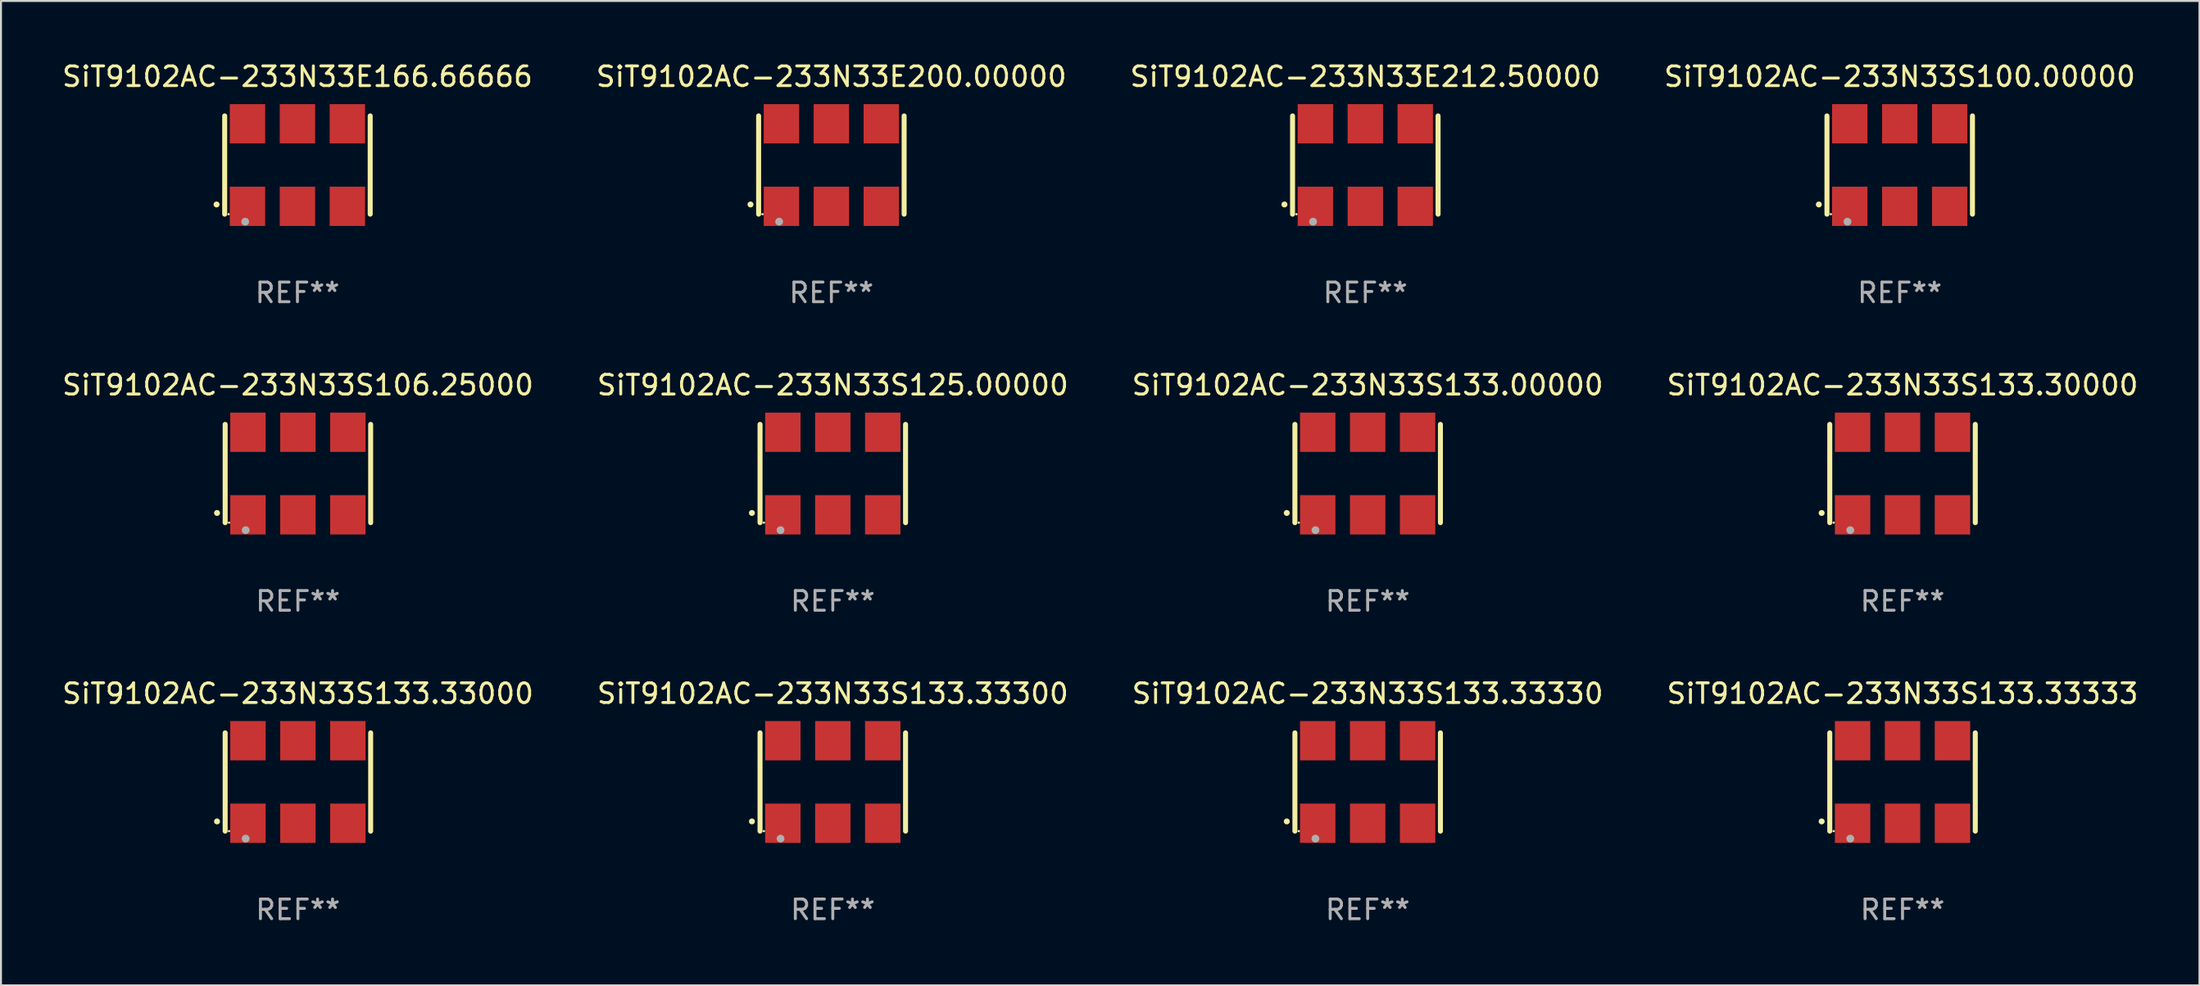
<source format=kicad_pcb>
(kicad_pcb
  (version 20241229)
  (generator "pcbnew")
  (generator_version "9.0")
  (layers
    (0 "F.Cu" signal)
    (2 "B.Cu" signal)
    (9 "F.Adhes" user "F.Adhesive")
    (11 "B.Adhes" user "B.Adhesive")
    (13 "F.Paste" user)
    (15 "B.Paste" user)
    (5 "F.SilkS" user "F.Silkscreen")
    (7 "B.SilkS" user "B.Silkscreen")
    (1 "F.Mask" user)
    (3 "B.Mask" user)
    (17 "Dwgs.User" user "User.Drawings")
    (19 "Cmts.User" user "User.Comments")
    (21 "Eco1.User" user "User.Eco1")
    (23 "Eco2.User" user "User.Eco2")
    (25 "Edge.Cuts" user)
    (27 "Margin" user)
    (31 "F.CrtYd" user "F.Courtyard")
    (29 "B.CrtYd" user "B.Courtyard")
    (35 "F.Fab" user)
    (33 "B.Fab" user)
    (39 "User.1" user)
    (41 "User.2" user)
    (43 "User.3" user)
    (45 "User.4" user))
  (footprint "SiT9102AC-233N33E200.00000"
    (layer "F.Cu")
    (at 39.232 5.348)
    (property "Reference" "SiT9102AC-233N33E200.00000" (at 0 -4.5 0) (layer "F.SilkS") (effects (font (size 1 1) (thickness 0.15))))
    (attr through_hole)
    (fp_line (start -3.7 -2.5) (end -3.7 2.5) (stroke (width 0.254) (type solid)) (layer "F.SilkS"))
    (fp_line (start 3.7 -2.5) (end 3.7 2.5) (stroke (width 0.254) (type solid)) (layer "F.SilkS"))
    (fp_arc (start -4.114415 2.006604) (mid -4.113145 2.006599) (end -4.111875 2.006604) (stroke (width 0.3) (type solid)) (layer "F.SilkS"))
    (fp_circle (center -3.502 2.5) (end -3.472 2.5) (stroke (width 0.06) (type solid)) (fill no) (layer "F.SilkS"))
    (fp_circle (center -2.657 2.882) (end -2.557 2.882) (stroke (width 0.2) (type solid)) (fill no) (layer "F.Fab"))
    (fp_text user "REF**" (at 0 6.5 0) (layer "F.Fab") (effects (font (size 1 1) (thickness 0.15))))
    (pad "1" smd rect (at -2.54 2.1) (size 1.8 2) (layers "F.Cu" "F.Mask" "F.Paste"))
    (pad "2" smd rect (at 0.000394 2.1) (size 1.8 2) (layers "F.Cu" "F.Mask" "F.Paste"))
    (pad "3" smd rect (at 2.54 2.1) (size 1.8 2) (layers "F.Cu" "F.Mask" "F.Paste"))
    (pad "4" smd rect (at 2.54 -2.1) (size 1.8 2) (layers "F.Cu" "F.Mask" "F.Paste"))
    (pad "5" smd rect (at 0.000394 -2.1) (size 1.8 2) (layers "F.Cu" "F.Mask" "F.Paste"))
    (pad "6" smd rect (at -2.54 -2.1) (size 1.8 2) (layers "F.Cu" "F.Mask" "F.Paste")))
  (footprint "SiT9102AC-233N33S133.33330"
    (layer "F.Cu")
    (at 66.506 36.741)
    (property "Reference" "SiT9102AC-233N33S133.33330" (at 0 -4.5 0) (layer "F.SilkS") (effects (font (size 1 1) (thickness 0.15))))
    (attr through_hole)
    (fp_line (start -3.7 -2.5) (end -3.7 2.5) (stroke (width 0.254) (type solid)) (layer "F.SilkS"))
    (fp_line (start 3.7 -2.5) (end 3.7 2.5) (stroke (width 0.254) (type solid)) (layer "F.SilkS"))
    (fp_arc (start -4.114415 2.006604) (mid -4.113145 2.006599) (end -4.111875 2.006604) (stroke (width 0.3) (type solid)) (layer "F.SilkS"))
    (fp_circle (center -3.502 2.5) (end -3.472 2.5) (stroke (width 0.06) (type solid)) (fill no) (layer "F.SilkS"))
    (fp_circle (center -2.657 2.882) (end -2.557 2.882) (stroke (width 0.2) (type solid)) (fill no) (layer "F.Fab"))
    (fp_text user "REF**" (at 0 6.5 0) (layer "F.Fab") (effects (font (size 1 1) (thickness 0.15))))
    (pad "1" smd rect (at -2.54 2.1) (size 1.8 2) (layers "F.Cu" "F.Mask" "F.Paste"))
    (pad "2" smd rect (at 0.000394 2.1) (size 1.8 2) (layers "F.Cu" "F.Mask" "F.Paste"))
    (pad "3" smd rect (at 2.54 2.1) (size 1.8 2) (layers "F.Cu" "F.Mask" "F.Paste"))
    (pad "4" smd rect (at 2.54 -2.1) (size 1.8 2) (layers "F.Cu" "F.Mask" "F.Paste"))
    (pad "5" smd rect (at 0.000394 -2.1) (size 1.8 2) (layers "F.Cu" "F.Mask" "F.Paste"))
    (pad "6" smd rect (at -2.54 -2.1) (size 1.8 2) (layers "F.Cu" "F.Mask" "F.Paste")))
  (footprint "SiT9102AC-233N33S133.33000"
    (layer "F.Cu")
    (at 12.101 36.741)
    (property "Reference" "SiT9102AC-233N33S133.33000" (at 0 -4.5 0) (layer "F.SilkS") (effects (font (size 1 1) (thickness 0.15))))
    (attr through_hole)
    (fp_line (start -3.7 -2.5) (end -3.7 2.5) (stroke (width 0.254) (type solid)) (layer "F.SilkS"))
    (fp_line (start 3.7 -2.5) (end 3.7 2.5) (stroke (width 0.254) (type solid)) (layer "F.SilkS"))
    (fp_arc (start -4.114415 2.006604) (mid -4.113145 2.006599) (end -4.111875 2.006604) (stroke (width 0.3) (type solid)) (layer "F.SilkS"))
    (fp_circle (center -3.502 2.5) (end -3.472 2.5) (stroke (width 0.06) (type solid)) (fill no) (layer "F.SilkS"))
    (fp_circle (center -2.657 2.882) (end -2.557 2.882) (stroke (width 0.2) (type solid)) (fill no) (layer "F.Fab"))
    (fp_text user "REF**" (at 0 6.5 0) (layer "F.Fab") (effects (font (size 1 1) (thickness 0.15))))
    (pad "1" smd rect (at -2.54 2.1) (size 1.8 2) (layers "F.Cu" "F.Mask" "F.Paste"))
    (pad "2" smd rect (at 0.000394 2.1) (size 1.8 2) (layers "F.Cu" "F.Mask" "F.Paste"))
    (pad "3" smd rect (at 2.54 2.1) (size 1.8 2) (layers "F.Cu" "F.Mask" "F.Paste"))
    (pad "4" smd rect (at 2.54 -2.1) (size 1.8 2) (layers "F.Cu" "F.Mask" "F.Paste"))
    (pad "5" smd rect (at 0.000394 -2.1) (size 1.8 2) (layers "F.Cu" "F.Mask" "F.Paste"))
    (pad "6" smd rect (at -2.54 -2.1) (size 1.8 2) (layers "F.Cu" "F.Mask" "F.Paste")))
  (footprint "SiT9102AC-233N33S106.25000"
    (layer "F.Cu")
    (at 12.101 21.045)
    (property "Reference" "SiT9102AC-233N33S106.25000" (at 0 -4.5 0) (layer "F.SilkS") (effects (font (size 1 1) (thickness 0.15))))
    (attr through_hole)
    (fp_line (start -3.7 -2.5) (end -3.7 2.5) (stroke (width 0.254) (type solid)) (layer "F.SilkS"))
    (fp_line (start 3.7 -2.5) (end 3.7 2.5) (stroke (width 0.254) (type solid)) (layer "F.SilkS"))
    (fp_arc (start -4.114415 2.006604) (mid -4.113145 2.006599) (end -4.111875 2.006604) (stroke (width 0.3) (type solid)) (layer "F.SilkS"))
    (fp_circle (center -3.502 2.5) (end -3.472 2.5) (stroke (width 0.06) (type solid)) (fill no) (layer "F.SilkS"))
    (fp_circle (center -2.657 2.882) (end -2.557 2.882) (stroke (width 0.2) (type solid)) (fill no) (layer "F.Fab"))
    (fp_text user "REF**" (at 0 6.5 0) (layer "F.Fab") (effects (font (size 1 1) (thickness 0.15))))
    (pad "1" smd rect (at -2.54 2.1) (size 1.8 2) (layers "F.Cu" "F.Mask" "F.Paste"))
    (pad "2" smd rect (at 0.000394 2.1) (size 1.8 2) (layers "F.Cu" "F.Mask" "F.Paste"))
    (pad "3" smd rect (at 2.54 2.1) (size 1.8 2) (layers "F.Cu" "F.Mask" "F.Paste"))
    (pad "4" smd rect (at 2.54 -2.1) (size 1.8 2) (layers "F.Cu" "F.Mask" "F.Paste"))
    (pad "5" smd rect (at 0.000394 -2.1) (size 1.8 2) (layers "F.Cu" "F.Mask" "F.Paste"))
    (pad "6" smd rect (at -2.54 -2.1) (size 1.8 2) (layers "F.Cu" "F.Mask" "F.Paste")))
  (footprint "SiT9102AC-233N33E166.66666"
    (layer "F.Cu")
    (at 12.077 5.348)
    (property "Reference" "SiT9102AC-233N33E166.66666" (at 0 -4.5 0) (layer "F.SilkS") (effects (font (size 1 1) (thickness 0.15))))
    (attr through_hole)
    (fp_line (start -3.7 -2.5) (end -3.7 2.5) (stroke (width 0.254) (type solid)) (layer "F.SilkS"))
    (fp_line (start 3.7 -2.5) (end 3.7 2.5) (stroke (width 0.254) (type solid)) (layer "F.SilkS"))
    (fp_arc (start -4.114415 2.006604) (mid -4.113145 2.006599) (end -4.111875 2.006604) (stroke (width 0.3) (type solid)) (layer "F.SilkS"))
    (fp_circle (center -3.502 2.5) (end -3.472 2.5) (stroke (width 0.06) (type solid)) (fill no) (layer "F.SilkS"))
    (fp_circle (center -2.657 2.882) (end -2.557 2.882) (stroke (width 0.2) (type solid)) (fill no) (layer "F.Fab"))
    (fp_text user "REF**" (at 0 6.5 0) (layer "F.Fab") (effects (font (size 1 1) (thickness 0.15))))
    (pad "1" smd rect (at -2.54 2.1) (size 1.8 2) (layers "F.Cu" "F.Mask" "F.Paste"))
    (pad "2" smd rect (at 0.000394 2.1) (size 1.8 2) (layers "F.Cu" "F.Mask" "F.Paste"))
    (pad "3" smd rect (at 2.54 2.1) (size 1.8 2) (layers "F.Cu" "F.Mask" "F.Paste"))
    (pad "4" smd rect (at 2.54 -2.1) (size 1.8 2) (layers "F.Cu" "F.Mask" "F.Paste"))
    (pad "5" smd rect (at 0.000394 -2.1) (size 1.8 2) (layers "F.Cu" "F.Mask" "F.Paste"))
    (pad "6" smd rect (at -2.54 -2.1) (size 1.8 2) (layers "F.Cu" "F.Mask" "F.Paste")))
  (footprint "SiT9102AC-233N33S133.33333"
    (layer "F.Cu")
    (at 93.708 36.741)
    (property "Reference" "SiT9102AC-233N33S133.33333" (at 0 -4.5 0) (layer "F.SilkS") (effects (font (size 1 1) (thickness 0.15))))
    (attr through_hole)
    (fp_line (start -3.7 -2.5) (end -3.7 2.5) (stroke (width 0.254) (type solid)) (layer "F.SilkS"))
    (fp_line (start 3.7 -2.5) (end 3.7 2.5) (stroke (width 0.254) (type solid)) (layer "F.SilkS"))
    (fp_arc (start -4.114415 2.006604) (mid -4.113145 2.006599) (end -4.111875 2.006604) (stroke (width 0.3) (type solid)) (layer "F.SilkS"))
    (fp_circle (center -3.502 2.5) (end -3.472 2.5) (stroke (width 0.06) (type solid)) (fill no) (layer "F.SilkS"))
    (fp_circle (center -2.657 2.882) (end -2.557 2.882) (stroke (width 0.2) (type solid)) (fill no) (layer "F.Fab"))
    (fp_text user "REF**" (at 0 6.5 0) (layer "F.Fab") (effects (font (size 1 1) (thickness 0.15))))
    (pad "1" smd rect (at -2.54 2.1) (size 1.8 2) (layers "F.Cu" "F.Mask" "F.Paste"))
    (pad "2" smd rect (at 0.000394 2.1) (size 1.8 2) (layers "F.Cu" "F.Mask" "F.Paste"))
    (pad "3" smd rect (at 2.54 2.1) (size 1.8 2) (layers "F.Cu" "F.Mask" "F.Paste"))
    (pad "4" smd rect (at 2.54 -2.1) (size 1.8 2) (layers "F.Cu" "F.Mask" "F.Paste"))
    (pad "5" smd rect (at 0.000394 -2.1) (size 1.8 2) (layers "F.Cu" "F.Mask" "F.Paste"))
    (pad "6" smd rect (at -2.54 -2.1) (size 1.8 2) (layers "F.Cu" "F.Mask" "F.Paste")))
  (footprint "SiT9102AC-233N33S100.00000"
    (layer "F.Cu")
    (at 93.565 5.348)
    (property "Reference" "SiT9102AC-233N33S100.00000" (at 0 -4.5 0) (layer "F.SilkS") (effects (font (size 1 1) (thickness 0.15))))
    (attr through_hole)
    (fp_line (start -3.7 -2.5) (end -3.7 2.5) (stroke (width 0.254) (type solid)) (layer "F.SilkS"))
    (fp_line (start 3.7 -2.5) (end 3.7 2.5) (stroke (width 0.254) (type solid)) (layer "F.SilkS"))
    (fp_arc (start -4.114415 2.006604) (mid -4.113145 2.006599) (end -4.111875 2.006604) (stroke (width 0.3) (type solid)) (layer "F.SilkS"))
    (fp_circle (center -3.502 2.5) (end -3.472 2.5) (stroke (width 0.06) (type solid)) (fill no) (layer "F.SilkS"))
    (fp_circle (center -2.657 2.882) (end -2.557 2.882) (stroke (width 0.2) (type solid)) (fill no) (layer "F.Fab"))
    (fp_text user "REF**" (at 0 6.5 0) (layer "F.Fab") (effects (font (size 1 1) (thickness 0.15))))
    (pad "1" smd rect (at -2.54 2.1) (size 1.8 2) (layers "F.Cu" "F.Mask" "F.Paste"))
    (pad "2" smd rect (at 0.000394 2.1) (size 1.8 2) (layers "F.Cu" "F.Mask" "F.Paste"))
    (pad "3" smd rect (at 2.54 2.1) (size 1.8 2) (layers "F.Cu" "F.Mask" "F.Paste"))
    (pad "4" smd rect (at 2.54 -2.1) (size 1.8 2) (layers "F.Cu" "F.Mask" "F.Paste"))
    (pad "5" smd rect (at 0.000394 -2.1) (size 1.8 2) (layers "F.Cu" "F.Mask" "F.Paste"))
    (pad "6" smd rect (at -2.54 -2.1) (size 1.8 2) (layers "F.Cu" "F.Mask" "F.Paste")))
  (footprint "SiT9102AC-233N33S125.00000"
    (layer "F.Cu")
    (at 39.304 21.045)
    (property "Reference" "SiT9102AC-233N33S125.00000" (at 0 -4.5 0) (layer "F.SilkS") (effects (font (size 1 1) (thickness 0.15))))
    (attr through_hole)
    (fp_line (start -3.7 -2.5) (end -3.7 2.5) (stroke (width 0.254) (type solid)) (layer "F.SilkS"))
    (fp_line (start 3.7 -2.5) (end 3.7 2.5) (stroke (width 0.254) (type solid)) (layer "F.SilkS"))
    (fp_arc (start -4.114415 2.006604) (mid -4.113145 2.006599) (end -4.111875 2.006604) (stroke (width 0.3) (type solid)) (layer "F.SilkS"))
    (fp_circle (center -3.502 2.5) (end -3.472 2.5) (stroke (width 0.06) (type solid)) (fill no) (layer "F.SilkS"))
    (fp_circle (center -2.657 2.882) (end -2.557 2.882) (stroke (width 0.2) (type solid)) (fill no) (layer "F.Fab"))
    (fp_text user "REF**" (at 0 6.5 0) (layer "F.Fab") (effects (font (size 1 1) (thickness 0.15))))
    (pad "1" smd rect (at -2.54 2.1) (size 1.8 2) (layers "F.Cu" "F.Mask" "F.Paste"))
    (pad "2" smd rect (at 0.000394 2.1) (size 1.8 2) (layers "F.Cu" "F.Mask" "F.Paste"))
    (pad "3" smd rect (at 2.54 2.1) (size 1.8 2) (layers "F.Cu" "F.Mask" "F.Paste"))
    (pad "4" smd rect (at 2.54 -2.1) (size 1.8 2) (layers "F.Cu" "F.Mask" "F.Paste"))
    (pad "5" smd rect (at 0.000394 -2.1) (size 1.8 2) (layers "F.Cu" "F.Mask" "F.Paste"))
    (pad "6" smd rect (at -2.54 -2.1) (size 1.8 2) (layers "F.Cu" "F.Mask" "F.Paste")))
  (footprint "SiT9102AC-233N33S133.33300"
    (layer "F.Cu")
    (at 39.304 36.741)
    (property "Reference" "SiT9102AC-233N33S133.33300" (at 0 -4.5 0) (layer "F.SilkS") (effects (font (size 1 1) (thickness 0.15))))
    (attr through_hole)
    (fp_line (start -3.7 -2.5) (end -3.7 2.5) (stroke (width 0.254) (type solid)) (layer "F.SilkS"))
    (fp_line (start 3.7 -2.5) (end 3.7 2.5) (stroke (width 0.254) (type solid)) (layer "F.SilkS"))
    (fp_arc (start -4.114415 2.006604) (mid -4.113145 2.006599) (end -4.111875 2.006604) (stroke (width 0.3) (type solid)) (layer "F.SilkS"))
    (fp_circle (center -3.502 2.5) (end -3.472 2.5) (stroke (width 0.06) (type solid)) (fill no) (layer "F.SilkS"))
    (fp_circle (center -2.657 2.882) (end -2.557 2.882) (stroke (width 0.2) (type solid)) (fill no) (layer "F.Fab"))
    (fp_text user "REF**" (at 0 6.5 0) (layer "F.Fab") (effects (font (size 1 1) (thickness 0.15))))
    (pad "1" smd rect (at -2.54 2.1) (size 1.8 2) (layers "F.Cu" "F.Mask" "F.Paste"))
    (pad "2" smd rect (at 0.000394 2.1) (size 1.8 2) (layers "F.Cu" "F.Mask" "F.Paste"))
    (pad "3" smd rect (at 2.54 2.1) (size 1.8 2) (layers "F.Cu" "F.Mask" "F.Paste"))
    (pad "4" smd rect (at 2.54 -2.1) (size 1.8 2) (layers "F.Cu" "F.Mask" "F.Paste"))
    (pad "5" smd rect (at 0.000394 -2.1) (size 1.8 2) (layers "F.Cu" "F.Mask" "F.Paste"))
    (pad "6" smd rect (at -2.54 -2.1) (size 1.8 2) (layers "F.Cu" "F.Mask" "F.Paste")))
  (footprint "SiT9102AC-233N33S133.00000"
    (layer "F.Cu")
    (at 66.506 21.045)
    (property "Reference" "SiT9102AC-233N33S133.00000" (at 0 -4.5 0) (layer "F.SilkS") (effects (font (size 1 1) (thickness 0.15))))
    (attr through_hole)
    (fp_line (start -3.7 -2.5) (end -3.7 2.5) (stroke (width 0.254) (type solid)) (layer "F.SilkS"))
    (fp_line (start 3.7 -2.5) (end 3.7 2.5) (stroke (width 0.254) (type solid)) (layer "F.SilkS"))
    (fp_arc (start -4.114415 2.006604) (mid -4.113145 2.006599) (end -4.111875 2.006604) (stroke (width 0.3) (type solid)) (layer "F.SilkS"))
    (fp_circle (center -3.502 2.5) (end -3.472 2.5) (stroke (width 0.06) (type solid)) (fill no) (layer "F.SilkS"))
    (fp_circle (center -2.657 2.882) (end -2.557 2.882) (stroke (width 0.2) (type solid)) (fill no) (layer "F.Fab"))
    (fp_text user "REF**" (at 0 6.5 0) (layer "F.Fab") (effects (font (size 1 1) (thickness 0.15))))
    (pad "1" smd rect (at -2.54 2.1) (size 1.8 2) (layers "F.Cu" "F.Mask" "F.Paste"))
    (pad "2" smd rect (at 0.000394 2.1) (size 1.8 2) (layers "F.Cu" "F.Mask" "F.Paste"))
    (pad "3" smd rect (at 2.54 2.1) (size 1.8 2) (layers "F.Cu" "F.Mask" "F.Paste"))
    (pad "4" smd rect (at 2.54 -2.1) (size 1.8 2) (layers "F.Cu" "F.Mask" "F.Paste"))
    (pad "5" smd rect (at 0.000394 -2.1) (size 1.8 2) (layers "F.Cu" "F.Mask" "F.Paste"))
    (pad "6" smd rect (at -2.54 -2.1) (size 1.8 2) (layers "F.Cu" "F.Mask" "F.Paste")))
  (footprint "SiT9102AC-233N33S133.30000"
    (layer "F.Cu")
    (at 93.708 21.045)
    (property "Reference" "SiT9102AC-233N33S133.30000" (at 0 -4.5 0) (layer "F.SilkS") (effects (font (size 1 1) (thickness 0.15))))
    (attr through_hole)
    (fp_line (start -3.7 -2.5) (end -3.7 2.5) (stroke (width 0.254) (type solid)) (layer "F.SilkS"))
    (fp_line (start 3.7 -2.5) (end 3.7 2.5) (stroke (width 0.254) (type solid)) (layer "F.SilkS"))
    (fp_arc (start -4.114415 2.006604) (mid -4.113145 2.006599) (end -4.111875 2.006604) (stroke (width 0.3) (type solid)) (layer "F.SilkS"))
    (fp_circle (center -3.502 2.5) (end -3.472 2.5) (stroke (width 0.06) (type solid)) (fill no) (layer "F.SilkS"))
    (fp_circle (center -2.657 2.882) (end -2.557 2.882) (stroke (width 0.2) (type solid)) (fill no) (layer "F.Fab"))
    (fp_text user "REF**" (at 0 6.5 0) (layer "F.Fab") (effects (font (size 1 1) (thickness 0.15))))
    (pad "1" smd rect (at -2.54 2.1) (size 1.8 2) (layers "F.Cu" "F.Mask" "F.Paste"))
    (pad "2" smd rect (at 0.000394 2.1) (size 1.8 2) (layers "F.Cu" "F.Mask" "F.Paste"))
    (pad "3" smd rect (at 2.54 2.1) (size 1.8 2) (layers "F.Cu" "F.Mask" "F.Paste"))
    (pad "4" smd rect (at 2.54 -2.1) (size 1.8 2) (layers "F.Cu" "F.Mask" "F.Paste"))
    (pad "5" smd rect (at 0.000394 -2.1) (size 1.8 2) (layers "F.Cu" "F.Mask" "F.Paste"))
    (pad "6" smd rect (at -2.54 -2.1) (size 1.8 2) (layers "F.Cu" "F.Mask" "F.Paste")))
  (footprint "SiT9102AC-233N33E212.50000"
    (layer "F.Cu")
    (at 66.387 5.348)
    (property "Reference" "SiT9102AC-233N33E212.50000" (at 0 -4.5 0) (layer "F.SilkS") (effects (font (size 1 1) (thickness 0.15))))
    (attr through_hole)
    (fp_line (start -3.7 -2.5) (end -3.7 2.5) (stroke (width 0.254) (type solid)) (layer "F.SilkS"))
    (fp_line (start 3.7 -2.5) (end 3.7 2.5) (stroke (width 0.254) (type solid)) (layer "F.SilkS"))
    (fp_arc (start -4.114415 2.006604) (mid -4.113145 2.006599) (end -4.111875 2.006604) (stroke (width 0.3) (type solid)) (layer "F.SilkS"))
    (fp_circle (center -3.502 2.5) (end -3.472 2.5) (stroke (width 0.06) (type solid)) (fill no) (layer "F.SilkS"))
    (fp_circle (center -2.657 2.882) (end -2.557 2.882) (stroke (width 0.2) (type solid)) (fill no) (layer "F.Fab"))
    (fp_text user "REF**" (at 0 6.5 0) (layer "F.Fab") (effects (font (size 1 1) (thickness 0.15))))
    (pad "1" smd rect (at -2.54 2.1) (size 1.8 2) (layers "F.Cu" "F.Mask" "F.Paste"))
    (pad "2" smd rect (at 0.000394 2.1) (size 1.8 2) (layers "F.Cu" "F.Mask" "F.Paste"))
    (pad "3" smd rect (at 2.54 2.1) (size 1.8 2) (layers "F.Cu" "F.Mask" "F.Paste"))
    (pad "4" smd rect (at 2.54 -2.1) (size 1.8 2) (layers "F.Cu" "F.Mask" "F.Paste"))
    (pad "5" smd rect (at 0.000394 -2.1) (size 1.8 2) (layers "F.Cu" "F.Mask" "F.Paste"))
    (pad "6" smd rect (at -2.54 -2.1) (size 1.8 2) (layers "F.Cu" "F.Mask" "F.Paste")))
  (gr_rect
    (start -3 -3)
    (end 108.81 47.09)
    (stroke (width 0.1) (type default))
    (fill no)
    (layer "Edge.Cuts")))
</source>
